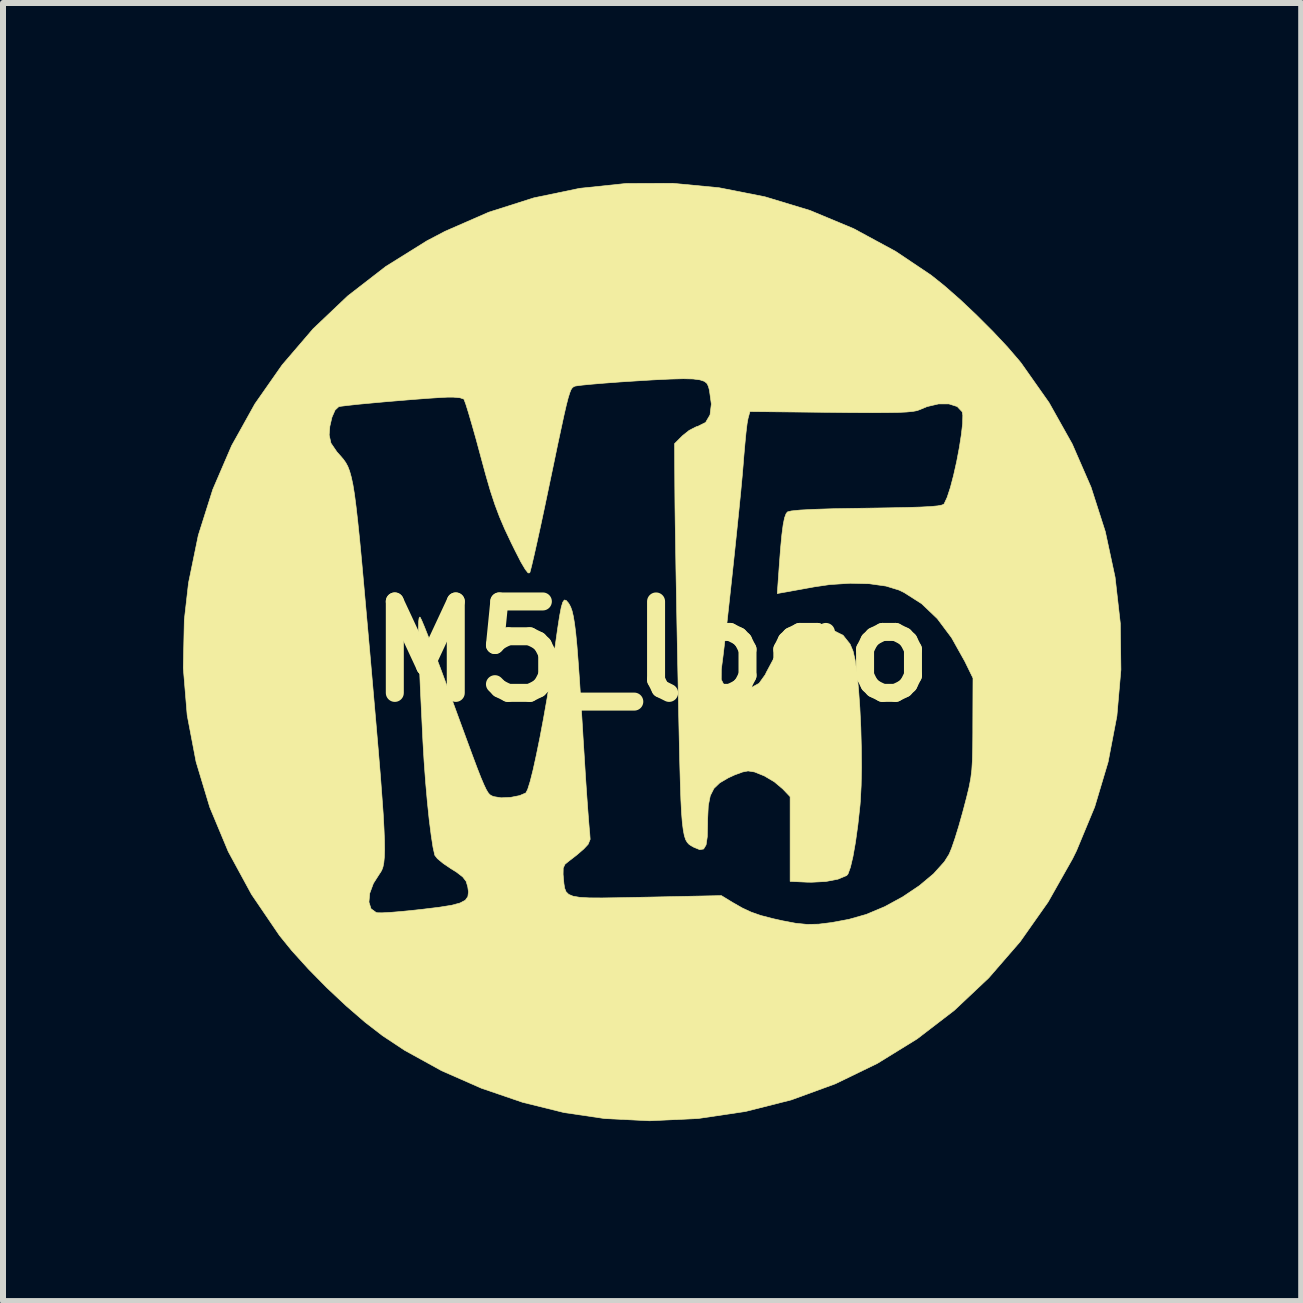
<source format=kicad_pcb>
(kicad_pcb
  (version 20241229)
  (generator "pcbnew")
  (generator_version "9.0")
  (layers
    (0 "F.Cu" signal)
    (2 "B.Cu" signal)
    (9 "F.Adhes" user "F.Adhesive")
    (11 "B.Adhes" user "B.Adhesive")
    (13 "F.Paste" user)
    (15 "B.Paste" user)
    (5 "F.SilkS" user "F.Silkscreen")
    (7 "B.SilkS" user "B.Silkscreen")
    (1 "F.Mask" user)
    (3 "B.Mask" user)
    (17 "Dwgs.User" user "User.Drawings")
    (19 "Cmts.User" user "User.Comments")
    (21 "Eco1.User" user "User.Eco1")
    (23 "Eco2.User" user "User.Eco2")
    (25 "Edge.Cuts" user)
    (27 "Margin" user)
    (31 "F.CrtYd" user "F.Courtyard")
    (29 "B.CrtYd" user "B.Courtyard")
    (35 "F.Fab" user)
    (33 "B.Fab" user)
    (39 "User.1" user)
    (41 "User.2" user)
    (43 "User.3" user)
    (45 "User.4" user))
  (footprint "M5_logo"
    (layer "F.Cu")
    (at 7.812 7.809)
    (property "Reference" "M5_logo" (at 0 0 0) (layer "F.SilkS") (effects (font (size 1.524 1.524) (thickness 0.3))))
    (attr through_hole)
    (fp_poly (pts (xy 1.123 -7.73) (xy 1.888 -7.579) (xy 2.637 -7.352) (xy 3.364 -7.049) (xy 4.064 -6.67) (xy 4.656 -6.273) (xy 4.882 -6.092) (xy 5.142 -5.864) (xy 5.416 -5.605) (xy 5.685 -5.336) (xy 5.93 -5.075) (xy 6.131 -4.841) (xy 6.161 -4.803) (xy 6.622 -4.149) (xy 7.009 -3.459) (xy 7.322 -2.74) (xy 7.56 -1.998) (xy 7.723 -1.239) (xy 7.81 -0.47) (xy 7.82 0.304) (xy 7.753 1.076) (xy 7.607 1.84) (xy 7.383 2.59) (xy 7.08 3.32) (xy 7.014 3.454) (xy 6.607 4.174) (xy 6.14 4.837) (xy 5.618 5.439) (xy 5.044 5.98) (xy 4.424 6.456) (xy 3.761 6.865) (xy 3.06 7.205) (xy 2.326 7.473) (xy 1.563 7.666) (xy 0.775 7.783) (xy -0.034 7.821) (xy -0.783 7.784) (xy -1.461 7.684) (xy -2.152 7.513) (xy -2.839 7.278) (xy -3.501 6.987) (xy -4.119 6.646) (xy -4.486 6.403) (xy -4.775 6.18) (xy -5.09 5.908) (xy -5.413 5.605) (xy -5.722 5.291) (xy -5.999 4.985) (xy -6.205 4.731) (xy -6.67 4.047) (xy -7.057 3.335) (xy -7.365 2.597) (xy -7.594 1.838) (xy -7.742 1.062) (xy -7.807 0.273) (xy -7.79 -0.526) (xy -7.72 -1.143) (xy -7.557 -1.937) (xy -7.315 -2.702) (xy -7 -3.434) (xy -6.902 -3.609) (xy -5.376 -3.609) (xy -5.346 -3.473) (xy -5.248 -3.329) (xy -5.234 -3.313) (xy -5.183 -3.256) (xy -5.138 -3.203) (xy -5.099 -3.148) (xy -5.065 -3.085) (xy -5.035 -3.007) (xy -5.007 -2.907) (xy -4.98 -2.781) (xy -4.954 -2.621) (xy -4.928 -2.42) (xy -4.9 -2.174) (xy -4.869 -1.875) (xy -4.835 -1.517) (xy -4.797 -1.094) (xy -4.753 -0.599) (xy -4.702 -0.027) (xy -4.7 -0.006) (xy -4.645 0.625) (xy -4.597 1.177) (xy -4.556 1.656) (xy -4.522 2.067) (xy -4.496 2.416) (xy -4.475 2.709) (xy -4.462 2.951) (xy -4.454 3.147) (xy -4.452 3.304) (xy -4.456 3.426) (xy -4.465 3.519) (xy -4.479 3.59) (xy -4.498 3.642) (xy -4.521 3.683) (xy -4.531 3.696) (xy -4.639 3.865) (xy -4.7 4.03) (xy -4.713 4.176) (xy -4.678 4.287) (xy -4.593 4.349) (xy -4.569 4.354) (xy -4.492 4.355) (xy -4.348 4.347) (xy -4.156 4.331) (xy -3.932 4.308) (xy -3.822 4.296) (xy -3.542 4.262) (xy -3.336 4.229) (xy -3.194 4.191) (xy -3.107 4.145) (xy -3.064 4.085) (xy -3.054 4.006) (xy -3.066 3.92) (xy -3.093 3.83) (xy -3.15 3.756) (xy -3.254 3.676) (xy -3.344 3.62) (xy -3.473 3.533) (xy -3.571 3.452) (xy -3.615 3.396) (xy -3.645 3.262) (xy -3.676 3.059) (xy -3.709 2.799) (xy -3.74 2.498) (xy -3.769 2.169) (xy -3.794 1.826) (xy -3.813 1.503) (xy -3.837 1.008) (xy -3.857 0.592) (xy -3.871 0.249) (xy -3.881 -0.025) (xy -3.887 -0.238) (xy -3.888 -0.393) (xy -3.885 -0.498) (xy -3.877 -0.556) (xy -3.866 -0.575) (xy -3.86 -0.572) (xy -3.835 -0.523) (xy -3.785 -0.404) (xy -3.714 -0.225) (xy -3.626 0.003) (xy -3.524 0.272) (xy -3.413 0.571) (xy -3.351 0.741) (xy -3.204 1.143) (xy -3.083 1.473) (xy -2.985 1.739) (xy -2.907 1.947) (xy -2.845 2.105) (xy -2.796 2.22) (xy -2.758 2.3) (xy -2.727 2.352) (xy -2.701 2.383) (xy -2.674 2.401) (xy -2.646 2.413) (xy -2.633 2.418) (xy -2.51 2.438) (xy -2.353 2.431) (xy -2.201 2.401) (xy -2.097 2.356) (xy -2.067 2.297) (xy -2.026 2.166) (xy -1.977 1.972) (xy -1.923 1.726) (xy -1.864 1.438) (xy -1.804 1.12) (xy -1.744 0.781) (xy -1.687 0.432) (xy -1.634 0.084) (xy -1.61 -0.085) (xy -1.569 -0.375) (xy -1.536 -0.589) (xy -1.508 -0.736) (xy -1.482 -0.823) (xy -1.456 -0.859) (xy -1.426 -0.852) (xy -1.39 -0.811) (xy -1.376 -0.79) (xy -1.35 -0.741) (xy -1.327 -0.676) (xy -1.306 -0.586) (xy -1.286 -0.465) (xy -1.266 -0.305) (xy -1.246 -0.098) (xy -1.226 0.163) (xy -1.203 0.485) (xy -1.178 0.875) (xy -1.149 1.342) (xy -1.145 1.418) (xy -1.123 1.766) (xy -1.103 2.093) (xy -1.083 2.388) (xy -1.065 2.64) (xy -1.05 2.837) (xy -1.039 2.969) (xy -1.034 3.016) (xy -1.026 3.13) (xy -1.06 3.213) (xy -1.133 3.291) (xy -1.249 3.391) (xy -1.364 3.48) (xy -1.375 3.488) (xy -1.445 3.545) (xy -1.475 3.609) (xy -1.477 3.713) (xy -1.472 3.772) (xy -1.463 3.869) (xy -1.451 3.945) (xy -1.427 4.005) (xy -1.383 4.048) (xy -1.31 4.078) (xy -1.198 4.097) (xy -1.039 4.106) (xy -0.824 4.107) (xy -0.544 4.103) (xy -0.191 4.096) (xy -0.086 4.094) (xy 1.161 4.068) (xy 1.353 4.185) (xy 1.511 4.275) (xy 1.657 4.343) (xy 1.817 4.399) (xy 2.017 4.451) (xy 2.183 4.488) (xy 2.4 4.529) (xy 2.59 4.548) (xy 2.781 4.544) (xy 3 4.517) (xy 3.273 4.466) (xy 3.281 4.465) (xy 3.577 4.381) (xy 3.884 4.252) (xy 4.183 4.089) (xy 4.46 3.903) (xy 4.697 3.705) (xy 4.878 3.504) (xy 4.957 3.378) (xy 4.999 3.277) (xy 5.055 3.114) (xy 5.118 2.91) (xy 5.181 2.686) (xy 5.195 2.634) (xy 5.249 2.428) (xy 5.289 2.263) (xy 5.317 2.118) (xy 5.335 1.974) (xy 5.345 1.811) (xy 5.35 1.61) (xy 5.352 1.35) (xy 5.352 1.248) (xy 5.355 0.443) (xy 5.219 0.165) (xy 4.998 -0.23) (xy 4.76 -0.548) (xy 4.499 -0.797) (xy 4.207 -0.983) (xy 4.123 -1.024) (xy 3.905 -1.091) (xy 3.627 -1.13) (xy 3.308 -1.138) (xy 2.968 -1.116) (xy 2.709 -1.078) (xy 2.522 -1.044) (xy 2.356 -1.014) (xy 2.235 -0.992) (xy 2.2 -0.986) (xy 2.093 -0.967) (xy 2.124 -1.404) (xy 2.147 -1.712) (xy 2.169 -1.945) (xy 2.191 -2.114) (xy 2.214 -2.228) (xy 2.24 -2.298) (xy 2.263 -2.327) (xy 2.327 -2.343) (xy 2.474 -2.358) (xy 2.706 -2.37) (xy 3.022 -2.38) (xy 3.421 -2.387) (xy 3.578 -2.389) (xy 3.954 -2.395) (xy 4.253 -2.401) (xy 4.483 -2.408) (xy 4.652 -2.417) (xy 4.768 -2.428) (xy 4.839 -2.442) (xy 4.872 -2.459) (xy 4.874 -2.462) (xy 4.924 -2.569) (xy 4.978 -2.734) (xy 5.032 -2.94) (xy 5.083 -3.167) (xy 5.127 -3.399) (xy 5.161 -3.617) (xy 5.182 -3.803) (xy 5.185 -3.938) (xy 5.175 -3.995) (xy 5.092 -4.083) (xy 4.954 -4.127) (xy 4.78 -4.127) (xy 4.588 -4.082) (xy 4.471 -4.033) (xy 4.423 -4.015) (xy 4.352 -4.002) (xy 4.249 -3.992) (xy 4.104 -3.985) (xy 3.908 -3.982) (xy 3.654 -3.981) (xy 3.332 -3.982) (xy 2.992 -3.986) (xy 1.637 -4) (xy 1.605 -3.883) (xy 1.59 -3.8) (xy 1.572 -3.651) (xy 1.553 -3.454) (xy 1.533 -3.227) (xy 1.525 -3.121) (xy 1.509 -2.931) (xy 1.485 -2.672) (xy 1.454 -2.36) (xy 1.418 -2.008) (xy 1.379 -1.633) (xy 1.338 -1.248) (xy 1.297 -0.871) (xy 1.258 -0.514) (xy 1.221 -0.194) (xy 1.189 0.074) (xy 1.163 0.276) (xy 1.16 0.299) (xy 1.159 0.467) (xy 1.213 0.573) (xy 1.33 0.626) (xy 1.44 0.635) (xy 1.643 0.61) (xy 1.789 0.53) (xy 1.893 0.385) (xy 1.91 0.348) (xy 2.07 0.048) (xy 2.259 -0.173) (xy 2.477 -0.315) (xy 2.722 -0.378) (xy 2.797 -0.381) (xy 3.022 -0.354) (xy 3.189 -0.271) (xy 3.306 -0.124) (xy 3.356 -0.006) (xy 3.39 0.142) (xy 3.421 0.358) (xy 3.447 0.628) (xy 3.469 0.936) (xy 3.485 1.266) (xy 3.494 1.603) (xy 3.497 1.93) (xy 3.491 2.232) (xy 3.477 2.494) (xy 3.472 2.559) (xy 3.436 2.89) (xy 3.396 3.179) (xy 3.354 3.418) (xy 3.312 3.596) (xy 3.272 3.706) (xy 3.25 3.733) (xy 3.104 3.794) (xy 2.901 3.833) (xy 2.666 3.845) (xy 2.592 3.844) (xy 2.307 3.831) (xy 2.307 2.419) (xy 2.183 2.289) (xy 2.044 2.172) (xy 1.877 2.073) (xy 1.713 2.007) (xy 1.606 1.99) (xy 1.514 2.008) (xy 1.381 2.057) (xy 1.275 2.106) (xy 1.134 2.189) (xy 1.037 2.282) (xy 0.976 2.403) (xy 0.943 2.569) (xy 0.932 2.796) (xy 0.931 2.879) (xy 0.926 3.089) (xy 0.906 3.223) (xy 0.865 3.291) (xy 0.8 3.302) (xy 0.705 3.263) (xy 0.704 3.263) (xy 0.661 3.239) (xy 0.624 3.215) (xy 0.593 3.182) (xy 0.566 3.136) (xy 0.544 3.069) (xy 0.526 2.975) (xy 0.51 2.848) (xy 0.497 2.681) (xy 0.486 2.467) (xy 0.477 2.201) (xy 0.468 1.876) (xy 0.459 1.486) (xy 0.449 1.024) (xy 0.439 0.487) (xy 0.429 0.005) (xy 0.42 -0.471) (xy 0.412 -0.932) (xy 0.404 -1.366) (xy 0.398 -1.765) (xy 0.392 -2.117) (xy 0.388 -2.413) (xy 0.386 -2.642) (xy 0.385 -2.759) (xy 0.381 -3.465) (xy 0.513 -3.597) (xy 0.626 -3.687) (xy 0.744 -3.747) (xy 0.772 -3.755) (xy 0.898 -3.818) (xy 0.972 -3.944) (xy 0.994 -4.125) (xy 0.962 -4.355) (xy 0.946 -4.416) (xy 0.923 -4.466) (xy 0.879 -4.503) (xy 0.804 -4.528) (xy 0.69 -4.543) (xy 0.527 -4.547) (xy 0.306 -4.541) (xy 0.017 -4.527) (xy -0.245 -4.511) (xy -0.526 -4.493) (xy -0.78 -4.474) (xy -0.996 -4.456) (xy -1.16 -4.44) (xy -1.259 -4.427) (xy -1.28 -4.423) (xy -1.303 -4.412) (xy -1.324 -4.395) (xy -1.345 -4.364) (xy -1.366 -4.311) (xy -1.392 -4.228) (xy -1.423 -4.108) (xy -1.461 -3.943) (xy -1.508 -3.725) (xy -1.568 -3.446) (xy -1.64 -3.099) (xy -1.717 -2.731) (xy -1.786 -2.401) (xy -1.851 -2.097) (xy -1.91 -1.828) (xy -1.96 -1.605) (xy -1.999 -1.438) (xy -2.025 -1.337) (xy -2.033 -1.312) (xy -2.06 -1.31) (xy -2.107 -1.369) (xy -2.18 -1.492) (xy -2.279 -1.686) (xy -2.345 -1.82) (xy -2.45 -2.042) (xy -2.537 -2.246) (xy -2.614 -2.451) (xy -2.689 -2.679) (xy -2.767 -2.948) (xy -2.857 -3.28) (xy -2.928 -3.543) (xy -2.995 -3.779) (xy -3.052 -3.974) (xy -3.097 -4.118) (xy -3.126 -4.197) (xy -3.132 -4.208) (xy -3.194 -4.229) (xy -3.31 -4.24) (xy -3.396 -4.24) (xy -3.529 -4.233) (xy -3.716 -4.221) (xy -3.94 -4.204) (xy -4.185 -4.184) (xy -4.436 -4.163) (xy -4.677 -4.141) (xy -4.891 -4.121) (xy -5.064 -4.102) (xy -5.179 -4.088) (xy -5.216 -4.081) (xy -5.277 -4.024) (xy -5.329 -3.906) (xy -5.365 -3.752) (xy -5.376 -3.609) (xy -6.902 -3.609) (xy -6.614 -4.127) (xy -6.16 -4.776) (xy -5.644 -5.378) (xy -5.067 -5.926) (xy -4.433 -6.417) (xy -3.747 -6.845) (xy -3.444 -7.004) (xy -2.716 -7.322) (xy -1.966 -7.561) (xy -1.201 -7.72) (xy -0.427 -7.801) (xy 0.349 -7.804) (xy 1.123 -7.73)) (stroke (width 0.01) (type solid)) (fill yes) (layer "F.SilkS")))
  (gr_rect
    (start -3 -3)
    (end 18.637 18.635)
    (stroke (width 0.1) (type default))
    (fill no)
    (layer "Edge.Cuts")))
</source>
